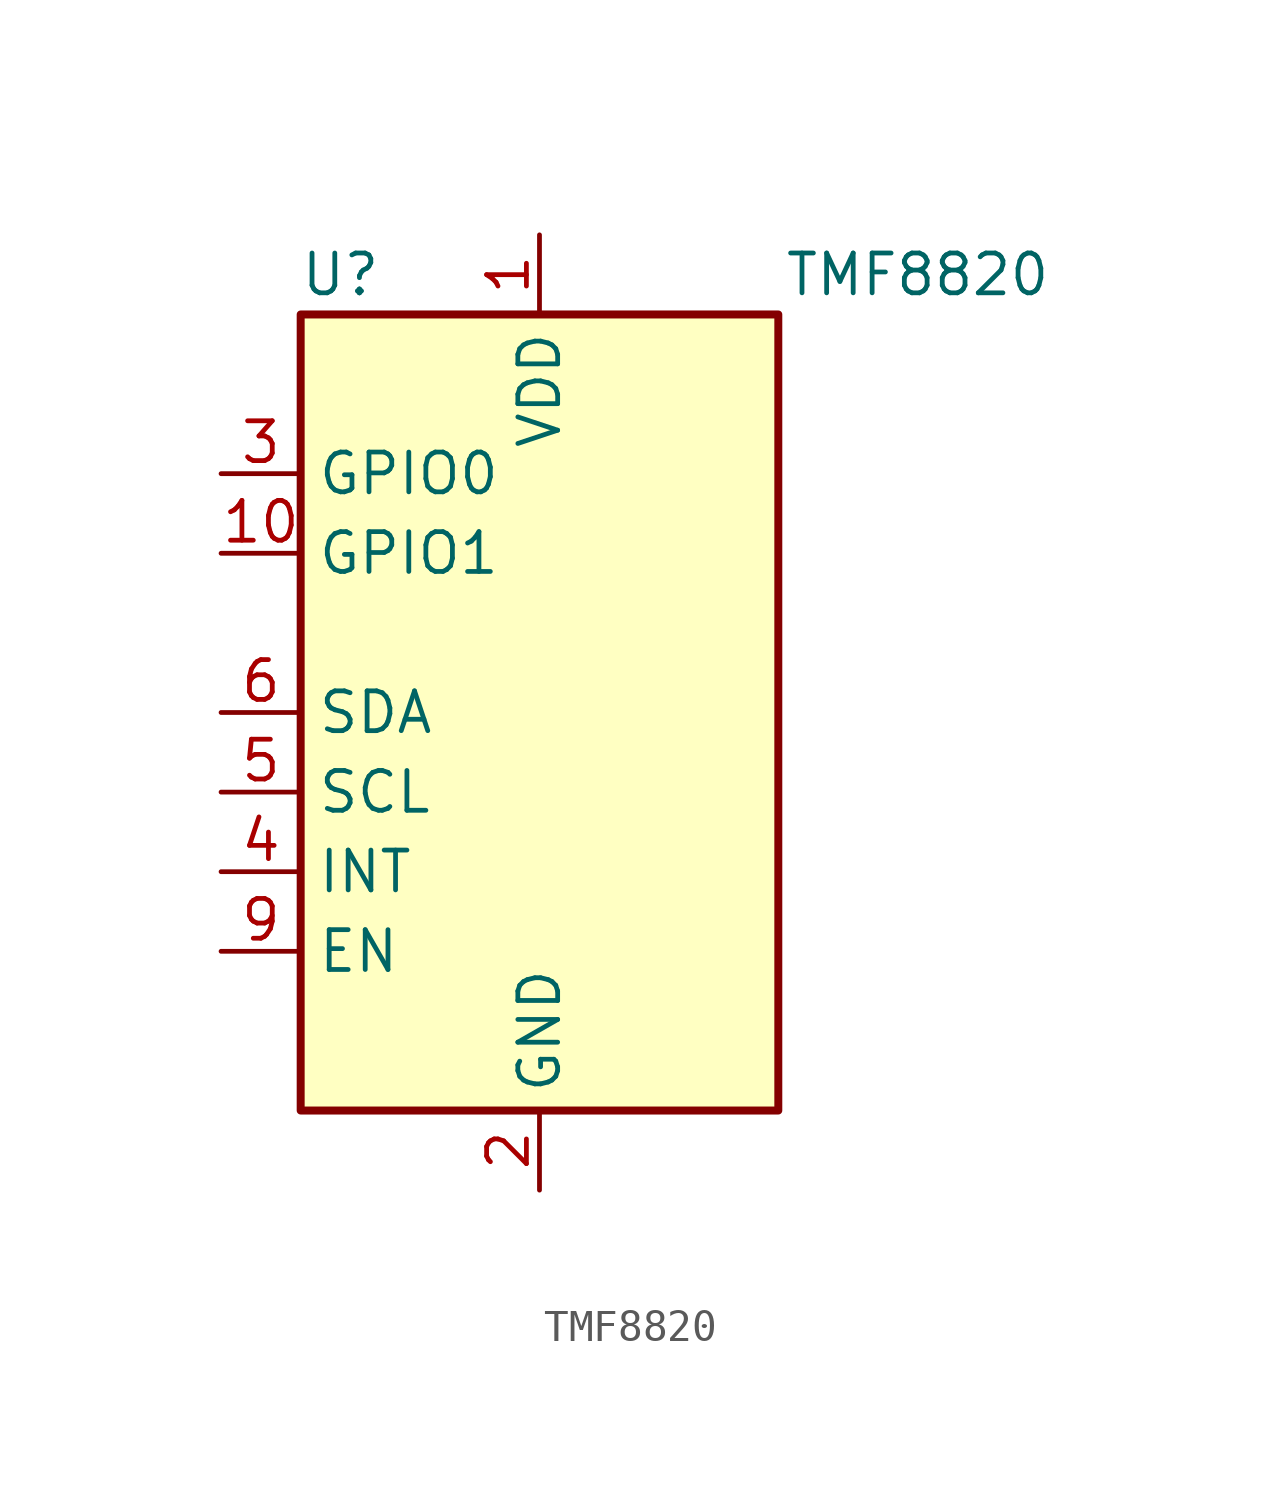
<source format=kicad_sym>
(kicad_symbol_lib
  (version 20220914)
  (generator kicad_symbol_editor)
  (symbol "TMF8820"
    (property "Reference" "U"
      (at -6.35 13.97 0)
      (effects (font (size 1.27 1.27))))
    (property "Value" "TMF8820"
      (at 12.065 13.97 0)
      (effects (font (size 1.27 1.27))))
    (symbol "TMF8820_0_1"
      (rectangle (start -7.62 12.7) (end 7.62 -12.7) (stroke (width 0.254) (type default)) (fill (type background))))
    (symbol "TMF8820_1_1"
      (pin power_in line (at 0 15.24 270) (length 2.54) (name "VDD" (effects (font (size 1.27 1.27)))) (number "1" (effects (font (size 1.27 1.27)))))
      (pin tri_state line (at -10.16 5.08 0) (length 2.54) (name "GPIO1" (effects (font (size 1.27 1.27)))) (number "10" (effects (font (size 1.27 1.27)))))
      (pin passive line (at 0 -15.24 90) (length 2.54) hide (name "GND" (effects (font (size 1.27 1.27)))) (number "11" (effects (font (size 1.27 1.27)))))
      (pin passive line (at 0 15.24 270) (length 2.54) hide (name "VDD" (effects (font (size 1.27 1.27)))) (number "12" (effects (font (size 1.27 1.27)))))
      (pin power_in line (at 0 -15.24 90) (length 2.54) (name "GND" (effects (font (size 1.27 1.27)))) (number "2" (effects (font (size 1.27 1.27)))))
      (pin tri_state line (at -10.16 7.62 0) (length 2.54) (name "GPIO0" (effects (font (size 1.27 1.27)))) (number "3" (effects (font (size 1.27 1.27)))))
      (pin open_collector line (at -10.16 -5.08 0) (length 2.54) (name "INT" (effects (font (size 1.27 1.27)))) (number "4" (effects (font (size 1.27 1.27)))))
      (pin input line (at -10.16 -2.54 0) (length 2.54) (name "SCL" (effects (font (size 1.27 1.27)))) (number "5" (effects (font (size 1.27 1.27)))))
      (pin bidirectional line (at -10.16 0 0) (length 2.54) (name "SDA" (effects (font (size 1.27 1.27)))) (number "6" (effects (font (size 1.27 1.27)))))
      (pin passive line (at 0 15.24 270) (length 2.54) hide (name "VDD" (effects (font (size 1.27 1.27)))) (number "7" (effects (font (size 1.27 1.27)))))
      (pin passive line (at 0 -15.24 90) (length 2.54) hide (name "GND" (effects (font (size 1.27 1.27)))) (number "8" (effects (font (size 1.27 1.27)))))
      (pin input line (at -10.16 -7.62 0) (length 2.54) (name "EN" (effects (font (size 1.27 1.27)))) (number "9" (effects (font (size 1.27 1.27))))))))
</source>
